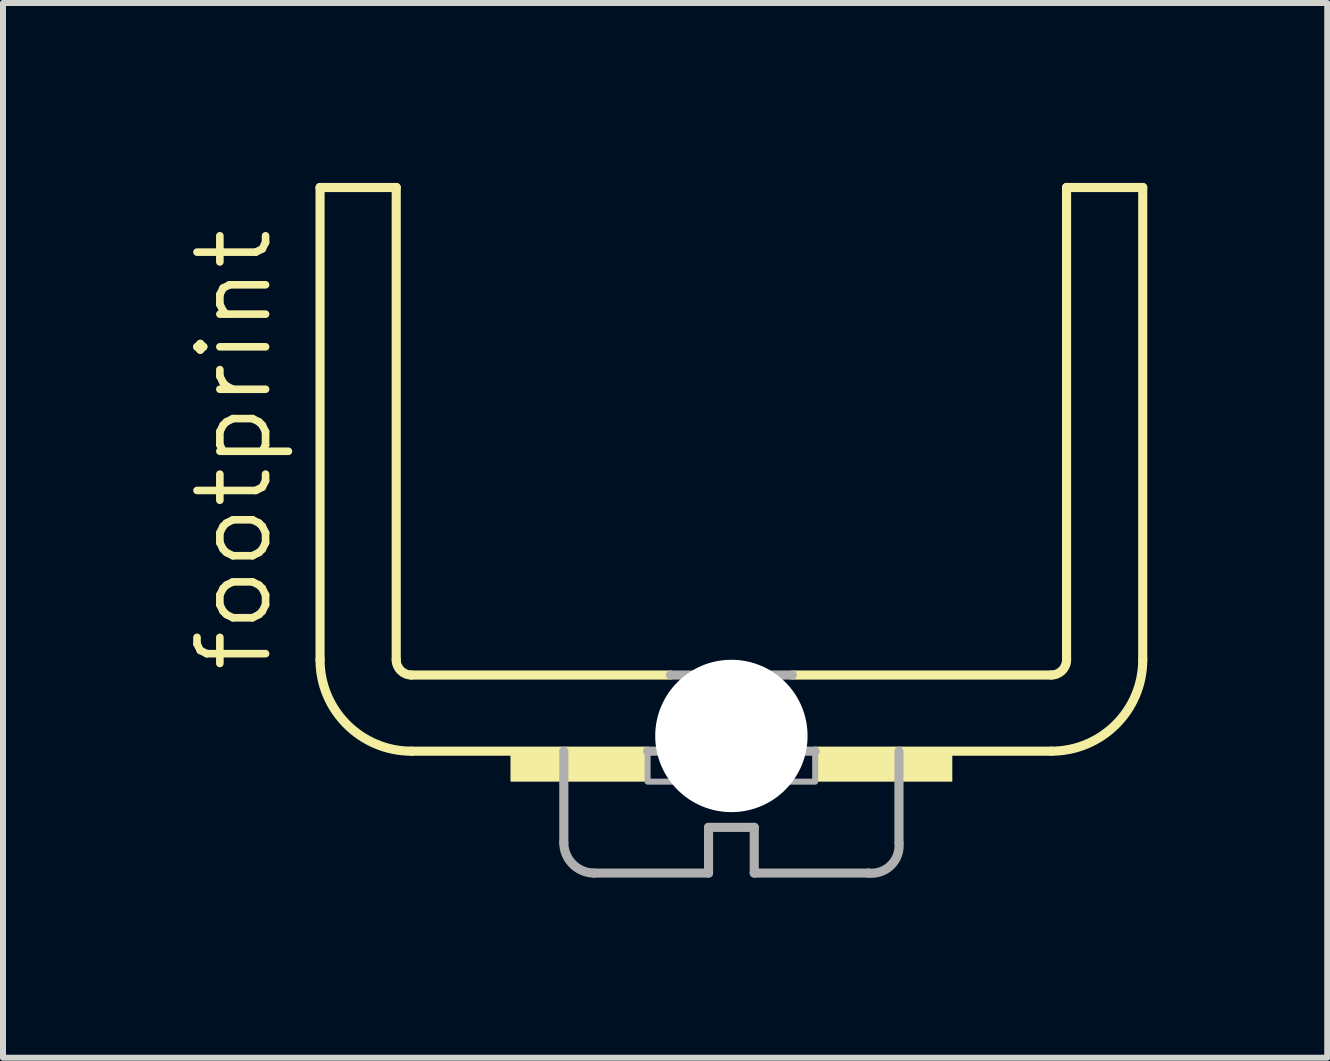
<source format=kicad_pcb>
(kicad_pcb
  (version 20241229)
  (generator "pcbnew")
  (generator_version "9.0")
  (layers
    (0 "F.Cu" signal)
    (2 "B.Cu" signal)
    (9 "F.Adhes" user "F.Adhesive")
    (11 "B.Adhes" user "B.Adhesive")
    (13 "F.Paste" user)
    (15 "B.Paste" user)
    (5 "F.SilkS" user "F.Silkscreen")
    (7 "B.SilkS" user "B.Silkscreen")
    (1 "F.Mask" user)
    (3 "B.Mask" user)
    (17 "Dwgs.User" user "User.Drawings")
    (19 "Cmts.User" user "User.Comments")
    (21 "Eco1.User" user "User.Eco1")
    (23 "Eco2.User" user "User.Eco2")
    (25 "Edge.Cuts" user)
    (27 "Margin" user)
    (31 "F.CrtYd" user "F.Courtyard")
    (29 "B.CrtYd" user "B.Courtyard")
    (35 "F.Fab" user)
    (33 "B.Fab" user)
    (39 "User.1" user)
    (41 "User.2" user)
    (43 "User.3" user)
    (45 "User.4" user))
  (footprint "footprint"
    (layer "F.Cu")
    (at 9.144 8.204)
    (property "Reference" "footprint" (at -7.62 0 90) (layer "F.SilkS") (effects (font (size 1.143 1.143) (thickness 0.127)) (justify left bottom)))
    (fp_line (start -6.858 -8.128) (end -5.588 -8.128) (stroke (width 0.152) (type solid)) (layer "F.SilkS"))
    (fp_line (start -6.858 -0.254) (end -6.858 -8.128) (stroke (width 0.152) (type solid)) (layer "F.SilkS"))
    (fp_line (start -5.588 -0.254) (end -5.588 -8.128) (stroke (width 0.152) (type solid)) (layer "F.SilkS"))
    (fp_line (start -5.334 0) (end -1.016 0) (stroke (width 0.152) (type solid)) (layer "F.SilkS"))
    (fp_line (start -1.397 1.27) (end -5.334 1.27) (stroke (width 0.152) (type solid)) (layer "F.SilkS"))
    (fp_line (start 1.016 0) (end 5.334 0) (stroke (width 0.152) (type solid)) (layer "F.SilkS"))
    (fp_line (start 1.397 1.27) (end 5.334 1.27) (stroke (width 0.152) (type solid)) (layer "F.SilkS"))
    (fp_line (start 5.588 -0.254) (end 5.588 -8.128) (stroke (width 0.152) (type solid)) (layer "F.SilkS"))
    (fp_line (start 6.858 -8.128) (end 5.588 -8.128) (stroke (width 0.152) (type solid)) (layer "F.SilkS"))
    (fp_line (start 6.858 -0.254) (end 6.858 -8.128) (stroke (width 0.152) (type solid)) (layer "F.SilkS"))
    (fp_arc (start -5.334 0) (mid -5.513605 -0.074395) (end -5.588 -0.254) (stroke (width 0.1524) (type solid)) (layer "F.SilkS"))
    (fp_arc (start -5.334 1.27) (mid -6.411631 0.823631) (end -6.858 -0.254) (stroke (width 0.1524) (type solid)) (layer "F.SilkS"))
    (fp_arc (start 5.588 -0.254) (mid 5.513605 -0.074395) (end 5.334 0) (stroke (width 0.1524) (type solid)) (layer "F.SilkS"))
    (fp_arc (start 6.858 -0.254) (mid 6.411631 0.823631) (end 5.334 1.27) (stroke (width 0.1524) (type solid)) (layer "F.SilkS"))
    (fp_poly (pts (xy -3.683 1.778) (xy -1.397 1.778) (xy -1.397 1.27) (xy -3.683 1.27)) (stroke (width 0) (type solid)) (fill yes) (layer "F.SilkS"))
    (fp_poly (pts (xy 1.397 1.778) (xy 3.683 1.778) (xy 3.683 1.27) (xy 1.397 1.27)) (stroke (width 0) (type solid)) (fill yes) (layer "F.SilkS"))
    (fp_line (start -2.794 2.794) (end -2.794 1.27) (stroke (width 0.152) (type solid)) (layer "F.Fab"))
    (fp_line (start -2.286 3.302) (end -0.381 3.302) (stroke (width 0.152) (type solid)) (layer "F.Fab"))
    (fp_line (start -1.016 0) (end 1.016 0) (stroke (width 0.152) (type solid)) (layer "F.Fab"))
    (fp_line (start -0.381 2.54) (end -0.381 3.302) (stroke (width 0.152) (type solid)) (layer "F.Fab"))
    (fp_line (start -0.381 2.54) (end 0.381 2.54) (stroke (width 0.152) (type solid)) (layer "F.Fab"))
    (fp_line (start 0.381 3.302) (end 0.381 2.54) (stroke (width 0.152) (type solid)) (layer "F.Fab"))
    (fp_line (start 1.397 1.27) (end -1.397 1.27) (stroke (width 0.152) (type solid)) (layer "F.Fab"))
    (fp_line (start 2.286 3.302) (end 0.381 3.302) (stroke (width 0.152) (type solid)) (layer "F.Fab"))
    (fp_line (start 2.794 2.794) (end 2.794 1.27) (stroke (width 0.152) (type solid)) (layer "F.Fab"))
    (fp_arc (start -2.286 3.302) (mid -2.64521 3.15321) (end -2.794 2.794) (stroke (width 0.1524) (type solid)) (layer "F.Fab"))
    (fp_arc (start 2.795 2.804898) (mid 2.658168 3.173933) (end 2.286 3.302) (stroke (width 0.1524) (type solid)) (layer "F.Fab"))
    (fp_poly (pts (xy -1.397 1.778) (xy 1.397 1.778) (xy 1.397 1.27) (xy -1.397 1.27)) (stroke (width 0.1) (type solid)) (fill no) (layer "F.Fab"))
    (pad "" np_thru_hole circle (at 0 1.016) (size 2.54 2.54) (drill 2.54) (layers "*.Cu" "*.Mask")))
  (gr_rect
    (start -3 -3)
    (end 19.078 14.585)
    (stroke (width 0.1) (type default))
    (fill no)
    (layer "Edge.Cuts")))
</source>
